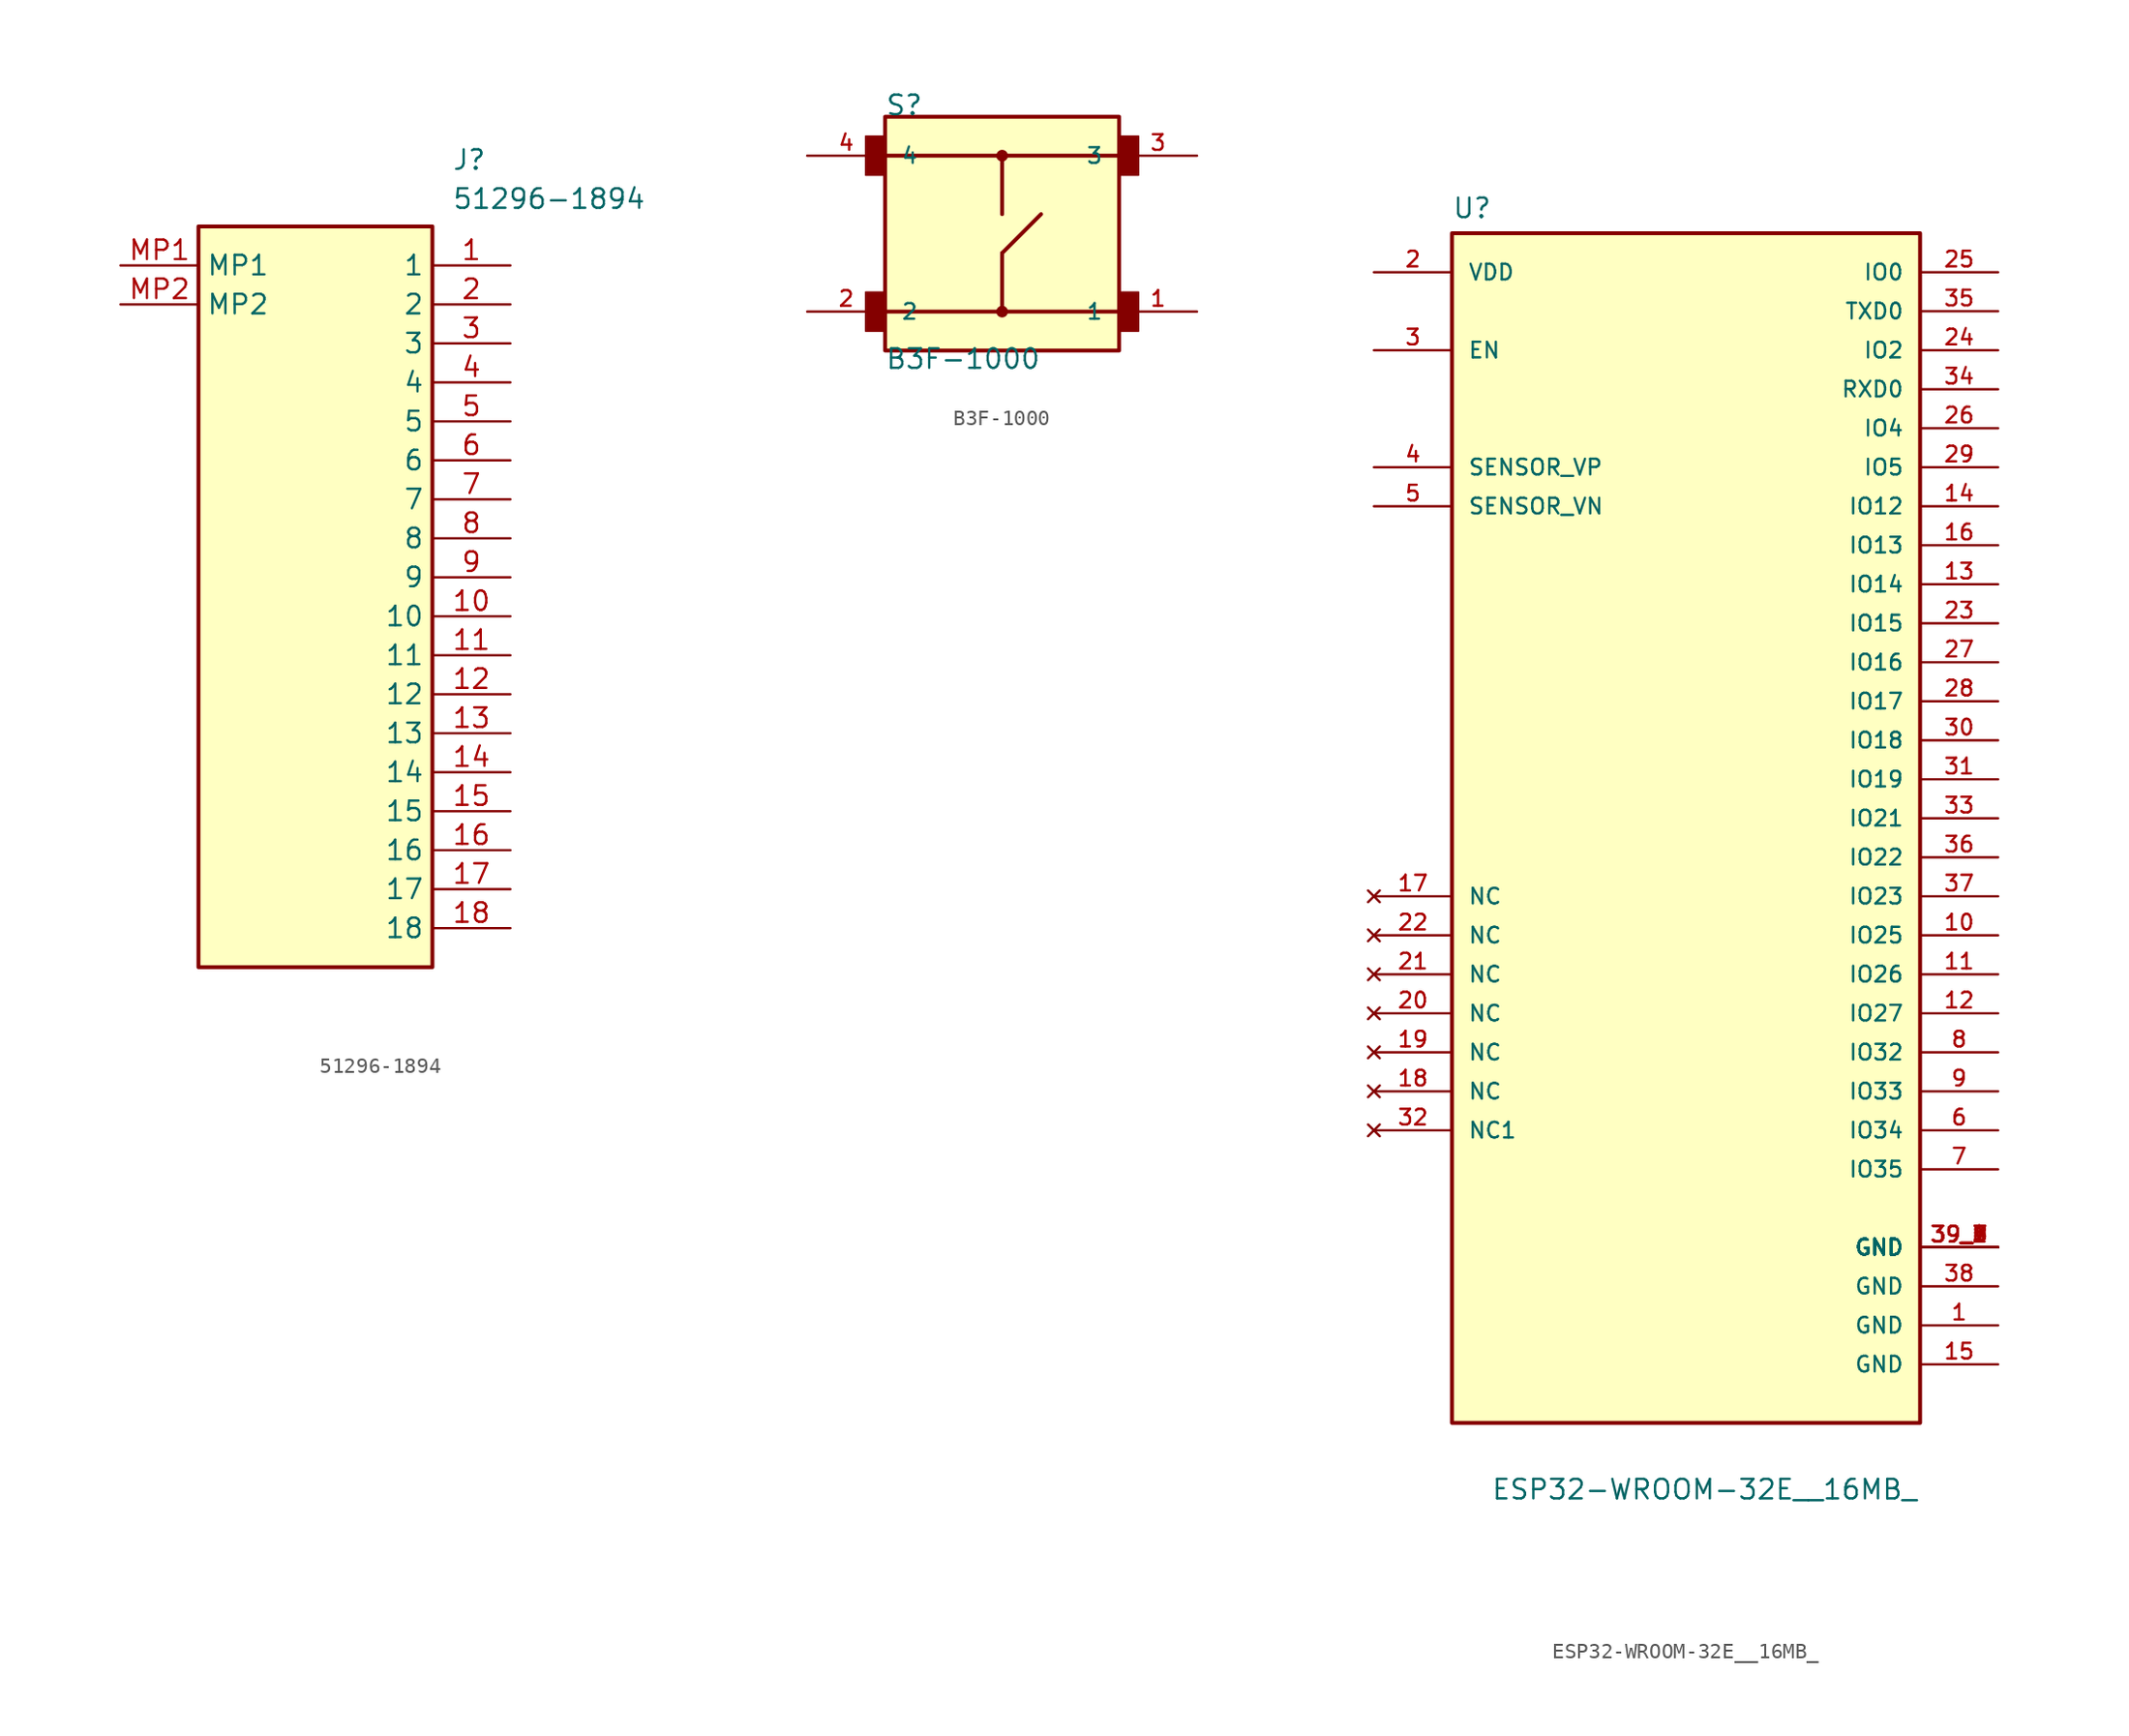
<source format=kicad_sym>
(kicad_symbol_lib
  (version 20220914)
  (generator kicad_symbol_editor)
  (symbol "51296-1894"
    (property "Reference" "J"
      (at 21.59 7.62 0)
      (effects (font (size 1.27 1.27)) (justify left top)))
    (property "Value" "51296-1894"
      (at 21.59 5.08 0)
      (effects (font (size 1.27 1.27)) (justify left top)))
    (symbol "51296-1894_1_1"
      (rectangle (start 5.08 2.54) (end 20.32 -45.72) (stroke (width 0.254) (type default)) (fill (type background)))
      (pin passive line (at 25.4 0 180) (length 5.08) (name "1" (effects (font (size 1.27 1.27)))) (number "1" (effects (font (size 1.27 1.27)))))
      (pin passive line (at 25.4 -22.86 180) (length 5.08) (name "10" (effects (font (size 1.27 1.27)))) (number "10" (effects (font (size 1.27 1.27)))))
      (pin passive line (at 25.4 -25.4 180) (length 5.08) (name "11" (effects (font (size 1.27 1.27)))) (number "11" (effects (font (size 1.27 1.27)))))
      (pin passive line (at 25.4 -27.94 180) (length 5.08) (name "12" (effects (font (size 1.27 1.27)))) (number "12" (effects (font (size 1.27 1.27)))))
      (pin passive line (at 25.4 -30.48 180) (length 5.08) (name "13" (effects (font (size 1.27 1.27)))) (number "13" (effects (font (size 1.27 1.27)))))
      (pin passive line (at 25.4 -33.02 180) (length 5.08) (name "14" (effects (font (size 1.27 1.27)))) (number "14" (effects (font (size 1.27 1.27)))))
      (pin passive line (at 25.4 -35.56 180) (length 5.08) (name "15" (effects (font (size 1.27 1.27)))) (number "15" (effects (font (size 1.27 1.27)))))
      (pin passive line (at 25.4 -38.1 180) (length 5.08) (name "16" (effects (font (size 1.27 1.27)))) (number "16" (effects (font (size 1.27 1.27)))))
      (pin passive line (at 25.4 -40.64 180) (length 5.08) (name "17" (effects (font (size 1.27 1.27)))) (number "17" (effects (font (size 1.27 1.27)))))
      (pin passive line (at 25.4 -43.18 180) (length 5.08) (name "18" (effects (font (size 1.27 1.27)))) (number "18" (effects (font (size 1.27 1.27)))))
      (pin passive line (at 25.4 -2.54 180) (length 5.08) (name "2" (effects (font (size 1.27 1.27)))) (number "2" (effects (font (size 1.27 1.27)))))
      (pin passive line (at 25.4 -5.08 180) (length 5.08) (name "3" (effects (font (size 1.27 1.27)))) (number "3" (effects (font (size 1.27 1.27)))))
      (pin passive line (at 25.4 -7.62 180) (length 5.08) (name "4" (effects (font (size 1.27 1.27)))) (number "4" (effects (font (size 1.27 1.27)))))
      (pin passive line (at 25.4 -10.16 180) (length 5.08) (name "5" (effects (font (size 1.27 1.27)))) (number "5" (effects (font (size 1.27 1.27)))))
      (pin passive line (at 25.4 -12.7 180) (length 5.08) (name "6" (effects (font (size 1.27 1.27)))) (number "6" (effects (font (size 1.27 1.27)))))
      (pin passive line (at 25.4 -15.24 180) (length 5.08) (name "7" (effects (font (size 1.27 1.27)))) (number "7" (effects (font (size 1.27 1.27)))))
      (pin passive line (at 25.4 -17.78 180) (length 5.08) (name "8" (effects (font (size 1.27 1.27)))) (number "8" (effects (font (size 1.27 1.27)))))
      (pin passive line (at 25.4 -20.32 180) (length 5.08) (name "9" (effects (font (size 1.27 1.27)))) (number "9" (effects (font (size 1.27 1.27)))))
      (pin passive line (at 0 0 0) (length 5.08) (name "MP1" (effects (font (size 1.27 1.27)))) (number "MP1" (effects (font (size 1.27 1.27)))))
      (pin passive line (at 0 -2.54 0) (length 5.08) (name "MP2" (effects (font (size 1.27 1.27)))) (number "MP2" (effects (font (size 1.27 1.27)))))))
  (symbol "B3F-1000"
    (pin_names
      (offset 1.016))
    (property "Reference" "S"
      (at -7.626 7.626 0)
      (effects (font (size 1.27 1.27)) (justify left bottom)))
    (property "Value" "B3F-1000"
      (at -7.632 -8.903 0)
      (effects (font (size 1.27 1.27)) (justify left bottom)))
    (symbol "B3F-1000_0_0"
      (rectangle (start -8.893 -6.352) (end -7.62 -3.81) (stroke (width 0.1) (type default)) (fill (type outline)))
      (rectangle (start -8.891 3.811) (end -7.62 6.35) (stroke (width 0.1) (type default)) (fill (type outline)))
      (rectangle (start -7.62 -7.62) (end 7.62 7.62) (stroke (width 0.254) (type default)) (fill (type background)))
      (circle (center 0 -5.08) (radius 0.254) (stroke (width 0.254) (type default)) (fill (type none)))
      (polyline (pts (xy -7.62 -5.08) (xy 0 -5.08)) (stroke (width 0.254) (type default)) (fill (type none)))
      (polyline (pts (xy -7.62 5.08) (xy 0 5.08)) (stroke (width 0.254) (type default)) (fill (type none)))
      (polyline (pts (xy 0 -5.08) (xy 0 -1.27)) (stroke (width 0.254) (type default)) (fill (type none)))
      (polyline (pts (xy 0 -5.08) (xy 7.62 -5.08)) (stroke (width 0.254) (type default)) (fill (type none)))
      (polyline (pts (xy 0 -1.27) (xy 2.54 1.27)) (stroke (width 0.254) (type default)) (fill (type none)))
      (polyline (pts (xy 0 5.08) (xy 0 1.27)) (stroke (width 0.254) (type default)) (fill (type none)))
      (polyline (pts (xy 0 5.08) (xy 7.62 5.08)) (stroke (width 0.254) (type default)) (fill (type none)))
      (circle (center 0 5.08) (radius 0.254) (stroke (width 0.254) (type default)) (fill (type none)))
      (rectangle (start 7.624 -6.353) (end 8.89 -3.81) (stroke (width 0.1) (type default)) (fill (type outline)))
      (rectangle (start 7.624 3.812) (end 8.89 6.35) (stroke (width 0.1) (type default)) (fill (type outline)))
      (pin passive line (at 12.7 -5.08 180) (length 5.08) (name "1" (effects (font (size 1.016 1.016)))) (number "1" (effects (font (size 1.016 1.016)))))
      (pin passive line (at -12.7 -5.08 0) (length 5.08) (name "2" (effects (font (size 1.016 1.016)))) (number "2" (effects (font (size 1.016 1.016)))))
      (pin passive line (at 12.7 5.08 180) (length 5.08) (name "3" (effects (font (size 1.016 1.016)))) (number "3" (effects (font (size 1.016 1.016)))))
      (pin passive line (at -12.7 5.08 0) (length 5.08) (name "4" (effects (font (size 1.016 1.016)))) (number "4" (effects (font (size 1.016 1.016)))))))
  (symbol "ESP32-WROOM-32E__16MB_"
    (pin_names
      (offset 1.016))
    (property "Reference" "U"
      (at -15.24 33.909 0)
      (effects (font (size 1.27 1.27)) (justify left bottom)))
    (property "Value" "ESP32-WROOM-32E__16MB_"
      (at -12.7 -49.53 0)
      (effects (font (size 1.27 1.27)) (justify left bottom)))
    (symbol "ESP32-WROOM-32E__16MB__0_0"
      (rectangle (start -15.24 33.02) (end 15.24 -44.45) (stroke (width 0.254) (type default)) (fill (type background)))
      (pin power_in line (at 20.32 -38.1 180) (length 5.08) (name "GND" (effects (font (size 1.016 1.016)))) (number "1" (effects (font (size 1.016 1.016)))))
      (pin bidirectional line (at 20.32 -12.7 180) (length 5.08) (name "IO25" (effects (font (size 1.016 1.016)))) (number "10" (effects (font (size 1.016 1.016)))))
      (pin bidirectional line (at 20.32 -15.24 180) (length 5.08) (name "IO26" (effects (font (size 1.016 1.016)))) (number "11" (effects (font (size 1.016 1.016)))))
      (pin bidirectional line (at 20.32 -17.78 180) (length 5.08) (name "IO27" (effects (font (size 1.016 1.016)))) (number "12" (effects (font (size 1.016 1.016)))))
      (pin bidirectional line (at 20.32 10.16 180) (length 5.08) (name "IO14" (effects (font (size 1.016 1.016)))) (number "13" (effects (font (size 1.016 1.016)))))
      (pin bidirectional line (at 20.32 15.24 180) (length 5.08) (name "IO12" (effects (font (size 1.016 1.016)))) (number "14" (effects (font (size 1.016 1.016)))))
      (pin power_in line (at 20.32 -40.64 180) (length 5.08) (name "GND" (effects (font (size 1.016 1.016)))) (number "15" (effects (font (size 1.016 1.016)))))
      (pin bidirectional line (at 20.32 12.7 180) (length 5.08) (name "IO13" (effects (font (size 1.016 1.016)))) (number "16" (effects (font (size 1.016 1.016)))))
      (pin no_connect line (at -20.32 -10.16 0) (length 5.08) (name "NC" (effects (font (size 1.016 1.016)))) (number "17" (effects (font (size 1.016 1.016)))))
      (pin no_connect line (at -20.32 -22.86 0) (length 5.08) (name "NC" (effects (font (size 1.016 1.016)))) (number "18" (effects (font (size 1.016 1.016)))))
      (pin no_connect line (at -20.32 -20.32 0) (length 5.08) (name "NC" (effects (font (size 1.016 1.016)))) (number "19" (effects (font (size 1.016 1.016)))))
      (pin no_connect line (at -20.32 -17.78 0) (length 5.08) (name "NC" (effects (font (size 1.016 1.016)))) (number "20" (effects (font (size 1.016 1.016)))))
      (pin no_connect line (at -20.32 -15.24 0) (length 5.08) (name "NC" (effects (font (size 1.016 1.016)))) (number "21" (effects (font (size 1.016 1.016)))))
      (pin no_connect line (at -20.32 -12.7 0) (length 5.08) (name "NC" (effects (font (size 1.016 1.016)))) (number "22" (effects (font (size 1.016 1.016)))))
      (pin bidirectional line (at 20.32 7.62 180) (length 5.08) (name "IO15" (effects (font (size 1.016 1.016)))) (number "23" (effects (font (size 1.016 1.016)))))
      (pin bidirectional line (at 20.32 25.4 180) (length 5.08) (name "IO2" (effects (font (size 1.016 1.016)))) (number "24" (effects (font (size 1.016 1.016)))))
      (pin bidirectional line (at 20.32 30.48 180) (length 5.08) (name "IO0" (effects (font (size 1.016 1.016)))) (number "25" (effects (font (size 1.016 1.016)))))
      (pin bidirectional line (at 20.32 20.32 180) (length 5.08) (name "IO4" (effects (font (size 1.016 1.016)))) (number "26" (effects (font (size 1.016 1.016)))))
      (pin bidirectional line (at 20.32 5.08 180) (length 5.08) (name "IO16" (effects (font (size 1.016 1.016)))) (number "27" (effects (font (size 1.016 1.016)))))
      (pin bidirectional line (at 20.32 2.54 180) (length 5.08) (name "IO17" (effects (font (size 1.016 1.016)))) (number "28" (effects (font (size 1.016 1.016)))))
      (pin bidirectional line (at 20.32 17.78 180) (length 5.08) (name "IO5" (effects (font (size 1.016 1.016)))) (number "29" (effects (font (size 1.016 1.016)))))
      (pin input line (at -20.32 25.4 0) (length 5.08) (name "EN" (effects (font (size 1.016 1.016)))) (number "3" (effects (font (size 1.016 1.016)))))
      (pin bidirectional line (at 20.32 0 180) (length 5.08) (name "IO18" (effects (font (size 1.016 1.016)))) (number "30" (effects (font (size 1.016 1.016)))))
      (pin bidirectional line (at 20.32 -2.54 180) (length 5.08) (name "IO19" (effects (font (size 1.016 1.016)))) (number "31" (effects (font (size 1.016 1.016)))))
      (pin no_connect line (at -20.32 -25.4 0) (length 5.08) (name "NC1" (effects (font (size 1.016 1.016)))) (number "32" (effects (font (size 1.016 1.016)))))
      (pin bidirectional line (at 20.32 -5.08 180) (length 5.08) (name "IO21" (effects (font (size 1.016 1.016)))) (number "33" (effects (font (size 1.016 1.016)))))
      (pin bidirectional line (at 20.32 22.86 180) (length 5.08) (name "RXD0" (effects (font (size 1.016 1.016)))) (number "34" (effects (font (size 1.016 1.016)))))
      (pin bidirectional line (at 20.32 27.94 180) (length 5.08) (name "TXD0" (effects (font (size 1.016 1.016)))) (number "35" (effects (font (size 1.016 1.016)))))
      (pin bidirectional line (at 20.32 -7.62 180) (length 5.08) (name "IO22" (effects (font (size 1.016 1.016)))) (number "36" (effects (font (size 1.016 1.016)))))
      (pin bidirectional line (at 20.32 -10.16 180) (length 5.08) (name "IO23" (effects (font (size 1.016 1.016)))) (number "37" (effects (font (size 1.016 1.016)))))
      (pin power_in line (at 20.32 -35.56 180) (length 5.08) (name "GND" (effects (font (size 1.016 1.016)))) (number "38" (effects (font (size 1.016 1.016)))))
      (pin power_in line (at 20.32 -33.02 180) (length 5.08) (name "GND" (effects (font (size 1.016 1.016)))) (number "39_1" (effects (font (size 1.016 1.016)))))
      (pin power_in line (at 20.32 -33.02 180) (length 5.08) (name "GND" (effects (font (size 1.016 1.016)))) (number "39_2" (effects (font (size 1.016 1.016)))))
      (pin power_in line (at 20.32 -33.02 180) (length 5.08) (name "GND" (effects (font (size 1.016 1.016)))) (number "39_3" (effects (font (size 1.016 1.016)))))
      (pin power_in line (at 20.32 -33.02 180) (length 5.08) (name "GND" (effects (font (size 1.016 1.016)))) (number "39_4" (effects (font (size 1.016 1.016)))))
      (pin power_in line (at 20.32 -33.02 180) (length 5.08) (name "GND" (effects (font (size 1.016 1.016)))) (number "39_5" (effects (font (size 1.016 1.016)))))
      (pin power_in line (at 20.32 -33.02 180) (length 5.08) (name "GND" (effects (font (size 1.016 1.016)))) (number "39_6" (effects (font (size 1.016 1.016)))))
      (pin power_in line (at 20.32 -33.02 180) (length 5.08) (name "GND" (effects (font (size 1.016 1.016)))) (number "39_7" (effects (font (size 1.016 1.016)))))
      (pin power_in line (at 20.32 -33.02 180) (length 5.08) (name "GND" (effects (font (size 1.016 1.016)))) (number "39_8" (effects (font (size 1.016 1.016)))))
      (pin power_in line (at 20.32 -33.02 180) (length 5.08) (name "GND" (effects (font (size 1.016 1.016)))) (number "39_9" (effects (font (size 1.016 1.016)))))
      (pin input line (at -20.32 17.78 0) (length 5.08) (name "SENSOR_VP" (effects (font (size 1.016 1.016)))) (number "4" (effects (font (size 1.016 1.016)))))
      (pin input line (at -20.32 15.24 0) (length 5.08) (name "SENSOR_VN" (effects (font (size 1.016 1.016)))) (number "5" (effects (font (size 1.016 1.016)))))
      (pin input line (at 20.32 -25.4 180) (length 5.08) (name "IO34" (effects (font (size 1.016 1.016)))) (number "6" (effects (font (size 1.016 1.016)))))
      (pin input line (at 20.32 -27.94 180) (length 5.08) (name "IO35" (effects (font (size 1.016 1.016)))) (number "7" (effects (font (size 1.016 1.016)))))
      (pin bidirectional line (at 20.32 -20.32 180) (length 5.08) (name "IO32" (effects (font (size 1.016 1.016)))) (number "8" (effects (font (size 1.016 1.016)))))
      (pin bidirectional line (at 20.32 -22.86 180) (length 5.08) (name "IO33" (effects (font (size 1.016 1.016)))) (number "9" (effects (font (size 1.016 1.016))))))
    (symbol "ESP32-WROOM-32E__16MB__1_0"
      (pin power_in line (at -20.32 30.48 0) (length 5.08) (name "VDD" (effects (font (size 1.016 1.016)))) (number "2" (effects (font (size 1.016 1.016))))))))
</source>
